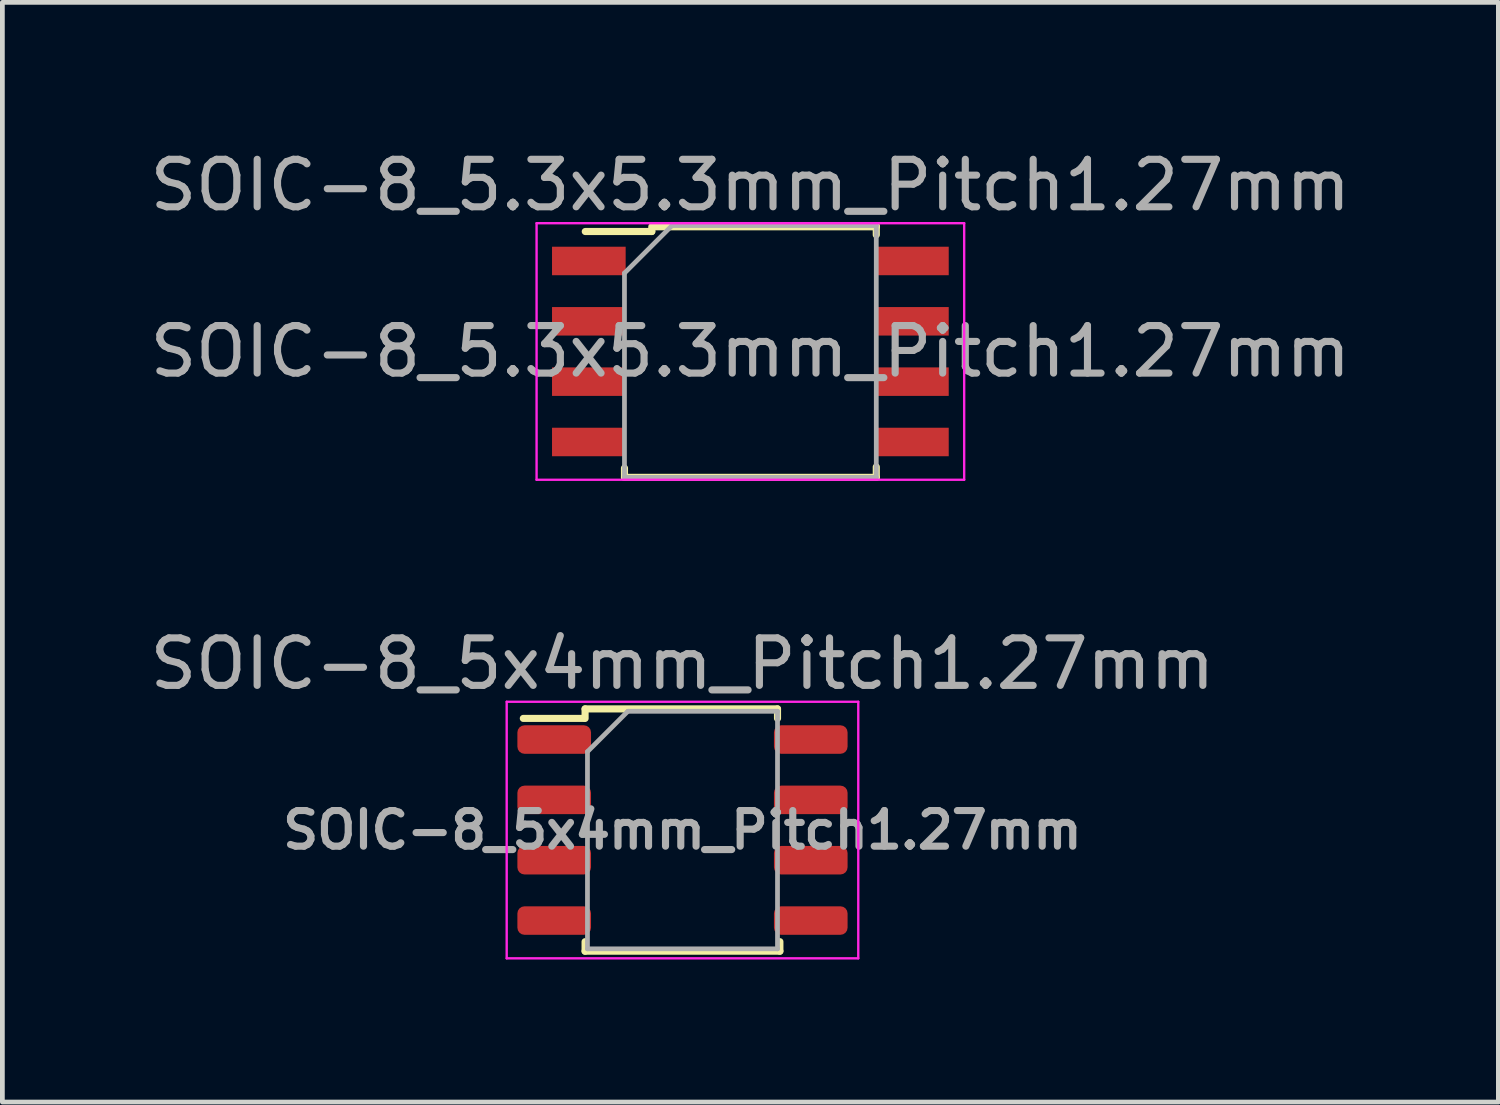
<source format=kicad_pcb>
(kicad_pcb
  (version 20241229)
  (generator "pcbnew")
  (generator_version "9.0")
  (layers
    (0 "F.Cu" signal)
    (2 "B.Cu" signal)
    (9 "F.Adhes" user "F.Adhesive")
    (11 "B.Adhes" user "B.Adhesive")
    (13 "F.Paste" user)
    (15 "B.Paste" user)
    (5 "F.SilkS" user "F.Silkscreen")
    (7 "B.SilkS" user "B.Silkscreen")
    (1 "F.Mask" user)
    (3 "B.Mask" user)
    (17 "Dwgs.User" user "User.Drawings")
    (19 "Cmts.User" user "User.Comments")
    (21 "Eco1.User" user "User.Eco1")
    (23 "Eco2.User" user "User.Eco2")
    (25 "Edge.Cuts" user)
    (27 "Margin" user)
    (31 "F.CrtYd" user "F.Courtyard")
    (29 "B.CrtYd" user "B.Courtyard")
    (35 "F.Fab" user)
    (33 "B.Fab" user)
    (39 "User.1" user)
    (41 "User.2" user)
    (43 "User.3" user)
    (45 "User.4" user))
  (footprint "SOIC-8_5.3x5.3mm_Pitch1.27mm"
    (layer "F.Cu")
    (at 12.744 4.348)
    (property "Reference" "SOIC-8_5.3x5.3mm_Pitch1.27mm" (at 0 -3.5 0) (layer "F.Fab") (effects (font (size 1 1) (thickness 0.15))))
    (attr smd)
    (fp_line (start -2.65 2.65) (end -2.65 2.455) (stroke (width 0.15) (type solid)) (layer "F.SilkS"))
    (fp_line (start -2.65 2.65) (end 2.65 2.65) (stroke (width 0.15) (type solid)) (layer "F.SilkS"))
    (fp_line (start -2.075 -2.625) (end 2.65 -2.625) (stroke (width 0.15) (type solid)) (layer "F.SilkS"))
    (fp_line (start -2.075 -2.575) (end -2.075 -2.525) (stroke (width 0.15) (type solid)) (layer "F.SilkS"))
    (fp_line (start -2.075 -2.525) (end -3.475 -2.525) (stroke (width 0.15) (type solid)) (layer "F.SilkS"))
    (fp_line (start 2.65 -2.65) (end 2.65 -2.455) (stroke (width 0.15) (type solid)) (layer "F.SilkS"))
    (fp_line (start 2.65 2.65) (end 2.65 2.43) (stroke (width 0.15) (type solid)) (layer "F.SilkS"))
    (fp_line (start -4.5 -2.7) (end -4.5 2.7) (stroke (width 0.05) (type solid)) (layer "F.CrtYd"))
    (fp_line (start -4.5 -2.7) (end 4.5 -2.7) (stroke (width 0.05) (type solid)) (layer "F.CrtYd"))
    (fp_line (start -4.5 2.7) (end 4.5 2.7) (stroke (width 0.05) (type solid)) (layer "F.CrtYd"))
    (fp_line (start 4.5 -2.7) (end 4.5 2.7) (stroke (width 0.05) (type solid)) (layer "F.CrtYd"))
    (fp_line (start -2.65 -1.65) (end -1.65 -2.65) (stroke (width 0.1) (type solid)) (layer "F.Fab"))
    (fp_line (start -2.65 2.65) (end -2.65 -1.65) (stroke (width 0.1) (type solid)) (layer "F.Fab"))
    (fp_line (start -1.65 -2.65) (end 2.65 -2.65) (stroke (width 0.1) (type solid)) (layer "F.Fab"))
    (fp_line (start 2.65 -2.65) (end 2.65 2.65) (stroke (width 0.1) (type solid)) (layer "F.Fab"))
    (fp_line (start 2.65 2.65) (end -2.65 2.65) (stroke (width 0.1) (type solid)) (layer "F.Fab"))
    (fp_text user "${REFERENCE}" (at 0 0 0) (layer "F.Fab") (effects (font (size 1 1) (thickness 0.15))))
    (pad "1" smd rect (at -3.4 -1.905) (size 1.55 0.6) (layers "F.Cu" "F.Mask" "F.Paste"))
    (pad "2" smd rect (at -3.4 -0.635) (size 1.55 0.6) (layers "F.Cu" "F.Mask" "F.Paste"))
    (pad "3" smd rect (at -3.4 0.635) (size 1.55 0.6) (layers "F.Cu" "F.Mask" "F.Paste"))
    (pad "4" smd rect (at -3.4 1.905) (size 1.55 0.6) (layers "F.Cu" "F.Mask" "F.Paste"))
    (pad "5" smd rect (at 3.4 1.905) (size 1.55 0.6) (layers "F.Cu" "F.Mask" "F.Paste"))
    (pad "6" smd rect (at 3.4 0.635) (size 1.55 0.6) (layers "F.Cu" "F.Mask" "F.Paste"))
    (pad "7" smd rect (at 3.4 -0.635) (size 1.55 0.6) (layers "F.Cu" "F.Mask" "F.Paste"))
    (pad "8" smd rect (at 3.4 -1.905) (size 1.55 0.6) (layers "F.Cu" "F.Mask" "F.Paste")))
  (footprint "SOIC-8_5x4mm_Pitch1.27mm"
    (layer "F.Cu")
    (at 11.315 14.421)
    (property "Reference" "SOIC-8_5x4mm_Pitch1.27mm" (at 0 -3.5 0) (layer "F.Fab") (effects (font (size 1 1) (thickness 0.15))))
    (attr smd)
    (fp_line (start -2.075 -2.35) (end -3.35 -2.35) (stroke (width 0.15) (type solid)) (layer "F.SilkS"))
    (fp_line (start -2.05 -2.55) (end -2.05 -2.35) (stroke (width 0.15) (type solid)) (layer "F.SilkS"))
    (fp_line (start -2.05 -2.55) (end 2 -2.55) (stroke (width 0.15) (type solid)) (layer "F.SilkS"))
    (fp_line (start -2.05 2.55) (end -2.05 2.35) (stroke (width 0.15) (type solid)) (layer "F.SilkS"))
    (fp_line (start -2.05 2.55) (end 2.05 2.55) (stroke (width 0.15) (type solid)) (layer "F.SilkS"))
    (fp_line (start 2 -2.55) (end 2 -2.35) (stroke (width 0.15) (type solid)) (layer "F.SilkS"))
    (fp_line (start 2.05 2.55) (end 2.05 2.35) (stroke (width 0.15) (type solid)) (layer "F.SilkS"))
    (fp_line (start -3.7 -2.7) (end -3.7 2.7) (stroke (width 0.05) (type solid)) (layer "F.CrtYd"))
    (fp_line (start -3.7 -2.7) (end 3.7 -2.7) (stroke (width 0.05) (type solid)) (layer "F.CrtYd"))
    (fp_line (start -3.7 2.7) (end 3.7 2.7) (stroke (width 0.05) (type solid)) (layer "F.CrtYd"))
    (fp_line (start 3.7 -2.7) (end 3.7 2.7) (stroke (width 0.05) (type solid)) (layer "F.CrtYd"))
    (fp_line (start -2 -1.65) (end -1.15 -2.5) (stroke (width 0.1) (type solid)) (layer "F.Fab"))
    (fp_line (start -2 2.5) (end -2 -1.65) (stroke (width 0.1) (type solid)) (layer "F.Fab"))
    (fp_line (start -1.15 -2.5) (end 2 -2.5) (stroke (width 0.1) (type solid)) (layer "F.Fab"))
    (fp_line (start 2 -2.5) (end 2 2.5) (stroke (width 0.1) (type solid)) (layer "F.Fab"))
    (fp_line (start 2 2.5) (end -2 2.5) (stroke (width 0.1) (type solid)) (layer "F.Fab"))
    (fp_text user "${REFERENCE}" (at 0 0 0) (layer "F.Fab") (effects (font (size 0.75 0.75) (thickness 0.15))))
    (pad "1" smd roundrect (at -2.7 -1.905) (size 1.55 0.6) (layers "F.Cu" "F.Mask" "F.Paste") (roundrect_rratio 0.25))
    (pad "2" smd roundrect (at -2.7 -0.635) (size 1.55 0.6) (layers "F.Cu" "F.Mask" "F.Paste") (roundrect_rratio 0.25))
    (pad "3" smd roundrect (at -2.7 0.635) (size 1.55 0.6) (layers "F.Cu" "F.Mask" "F.Paste") (roundrect_rratio 0.25))
    (pad "4" smd roundrect (at -2.7 1.905) (size 1.55 0.6) (layers "F.Cu" "F.Mask" "F.Paste") (roundrect_rratio 0.25))
    (pad "5" smd roundrect (at 2.7 1.905) (size 1.55 0.6) (layers "F.Cu" "F.Mask" "F.Paste") (roundrect_rratio 0.25))
    (pad "6" smd roundrect (at 2.7 0.635) (size 1.55 0.6) (layers "F.Cu" "F.Mask" "F.Paste") (roundrect_rratio 0.25))
    (pad "7" smd roundrect (at 2.7 -0.635) (size 1.55 0.6) (layers "F.Cu" "F.Mask" "F.Paste") (roundrect_rratio 0.25))
    (pad "8" smd roundrect (at 2.7 -1.905) (size 1.55 0.6) (layers "F.Cu" "F.Mask" "F.Paste") (roundrect_rratio 0.25)))
  (gr_rect
    (start -3 -3)
    (end 28.488 20.146)
    (stroke (width 0.1) (type default))
    (fill no)
    (layer "Edge.Cuts")))
</source>
